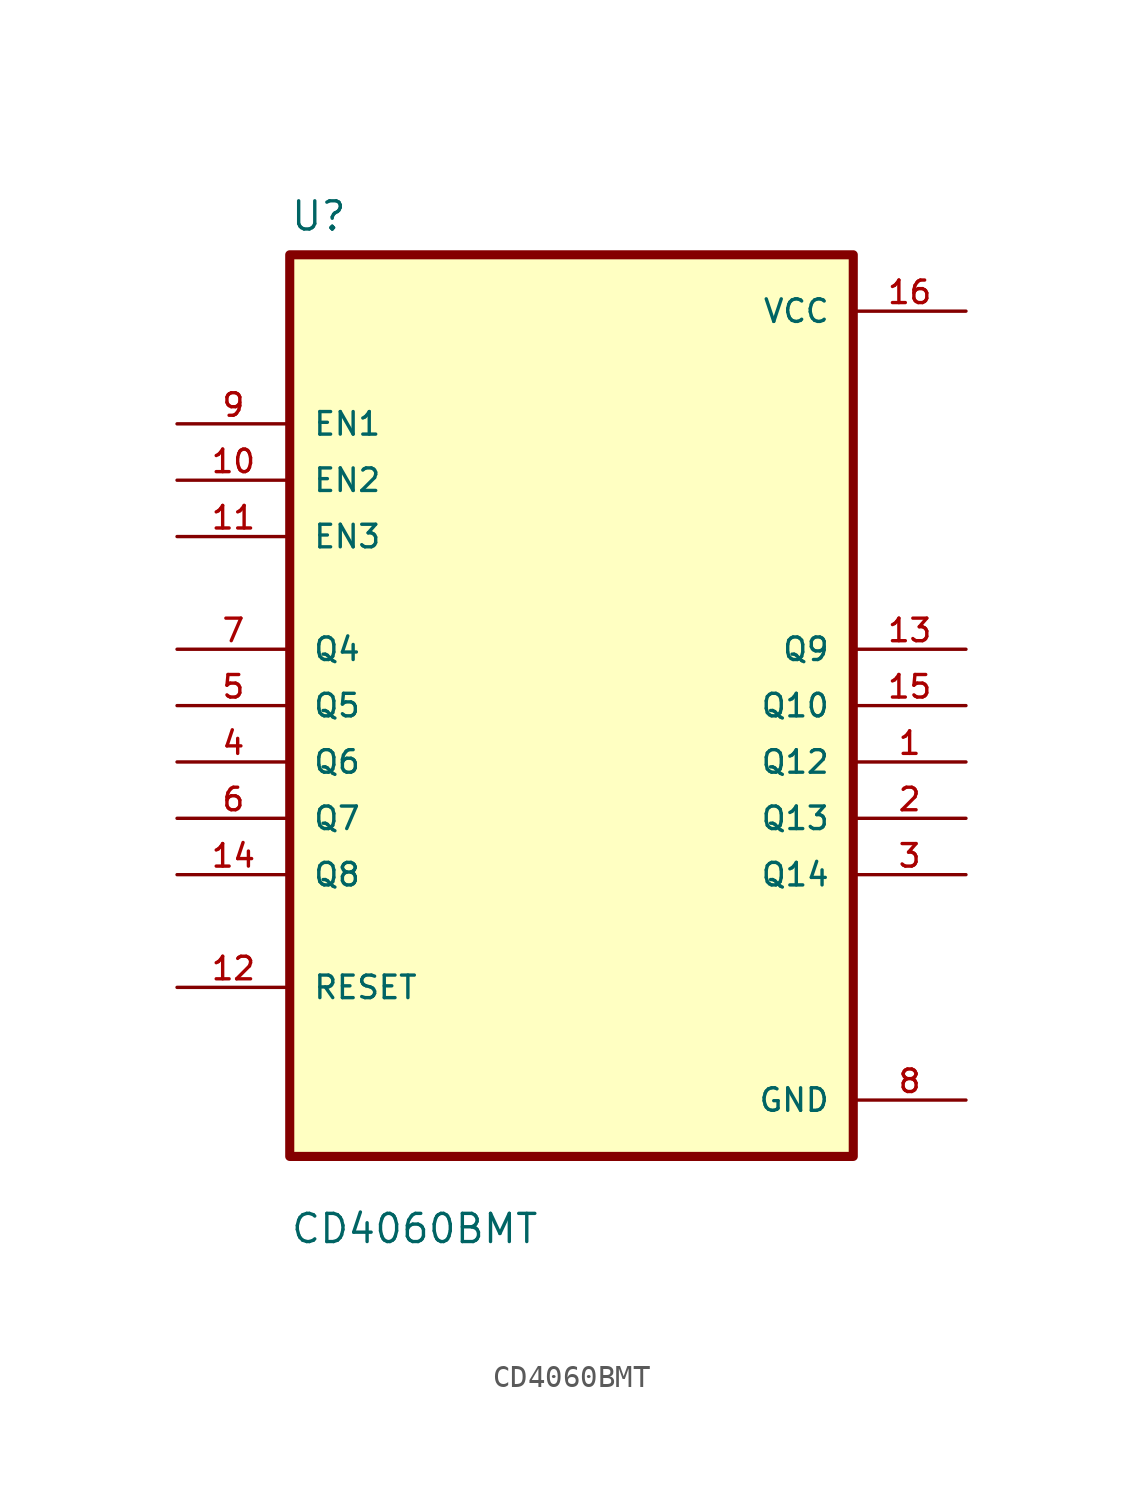
<source format=kicad_sym>
(kicad_symbol_lib
  (version 20211014)
  (generator kicad_symbol_editor)
  (symbol "CD4060BMT"
    (pin_names
      (offset 1.016))
    (property "Reference" "U"
      (at -12.7 21.32 0.0)
      (effects (font (size 1.27 1.27)) (justify bottom left)))
    (property "Value" "CD4060BMT"
      (at -12.7 -24.32 0.0)
      (effects (font (size 1.27 1.27)) (justify bottom left)))
    (symbol "CD4060BMT_0_0"
      (rectangle (start -12.7 -20.32) (end 12.7 20.32) (stroke (width 0.41)) (fill (type background)))
      (pin bidirectional line (at -17.78 12.7 0) (length 5.08) (name "EN1" (effects (font (size 1.016 1.016)))) (number "9" (effects (font (size 1.016 1.016)))))
      (pin bidirectional line (at -17.78 10.16 0) (length 5.08) (name "EN2" (effects (font (size 1.016 1.016)))) (number "10" (effects (font (size 1.016 1.016)))))
      (pin bidirectional line (at -17.78 7.62 0) (length 5.08) (name "EN3" (effects (font (size 1.016 1.016)))) (number "11" (effects (font (size 1.016 1.016)))))
      (pin bidirectional line (at -17.78 2.54 0) (length 5.08) (name "Q4" (effects (font (size 1.016 1.016)))) (number "7" (effects (font (size 1.016 1.016)))))
      (pin bidirectional line (at -17.78 0.0 0) (length 5.08) (name "Q5" (effects (font (size 1.016 1.016)))) (number "5" (effects (font (size 1.016 1.016)))))
      (pin bidirectional line (at -17.78 -2.54 0) (length 5.08) (name "Q6" (effects (font (size 1.016 1.016)))) (number "4" (effects (font (size 1.016 1.016)))))
      (pin bidirectional line (at -17.78 -5.08 0) (length 5.08) (name "Q7" (effects (font (size 1.016 1.016)))) (number "6" (effects (font (size 1.016 1.016)))))
      (pin bidirectional line (at -17.78 -7.62 0) (length 5.08) (name "Q8" (effects (font (size 1.016 1.016)))) (number "14" (effects (font (size 1.016 1.016)))))
      (pin bidirectional line (at -17.78 -12.7 0) (length 5.08) (name "RESET" (effects (font (size 1.016 1.016)))) (number "12" (effects (font (size 1.016 1.016)))))
      (pin power_in line (at 17.78 17.78 180.0) (length 5.08) (name "VCC" (effects (font (size 1.016 1.016)))) (number "16" (effects (font (size 1.016 1.016)))))
      (pin bidirectional line (at 17.78 2.54 180.0) (length 5.08) (name "Q9" (effects (font (size 1.016 1.016)))) (number "13" (effects (font (size 1.016 1.016)))))
      (pin bidirectional line (at 17.78 8.88178e-16 180.0) (length 5.08) (name "Q10" (effects (font (size 1.016 1.016)))) (number "15" (effects (font (size 1.016 1.016)))))
      (pin bidirectional line (at 17.78 -2.54 180.0) (length 5.08) (name "Q12" (effects (font (size 1.016 1.016)))) (number "1" (effects (font (size 1.016 1.016)))))
      (pin bidirectional line (at 17.78 -5.08 180.0) (length 5.08) (name "Q13" (effects (font (size 1.016 1.016)))) (number "2" (effects (font (size 1.016 1.016)))))
      (pin bidirectional line (at 17.78 -7.62 180.0) (length 5.08) (name "Q14" (effects (font (size 1.016 1.016)))) (number "3" (effects (font (size 1.016 1.016)))))
      (pin power_in line (at 17.78 -17.78 180.0) (length 5.08) (name "GND" (effects (font (size 1.016 1.016)))) (number "8" (effects (font (size 1.016 1.016))))))))
</source>
